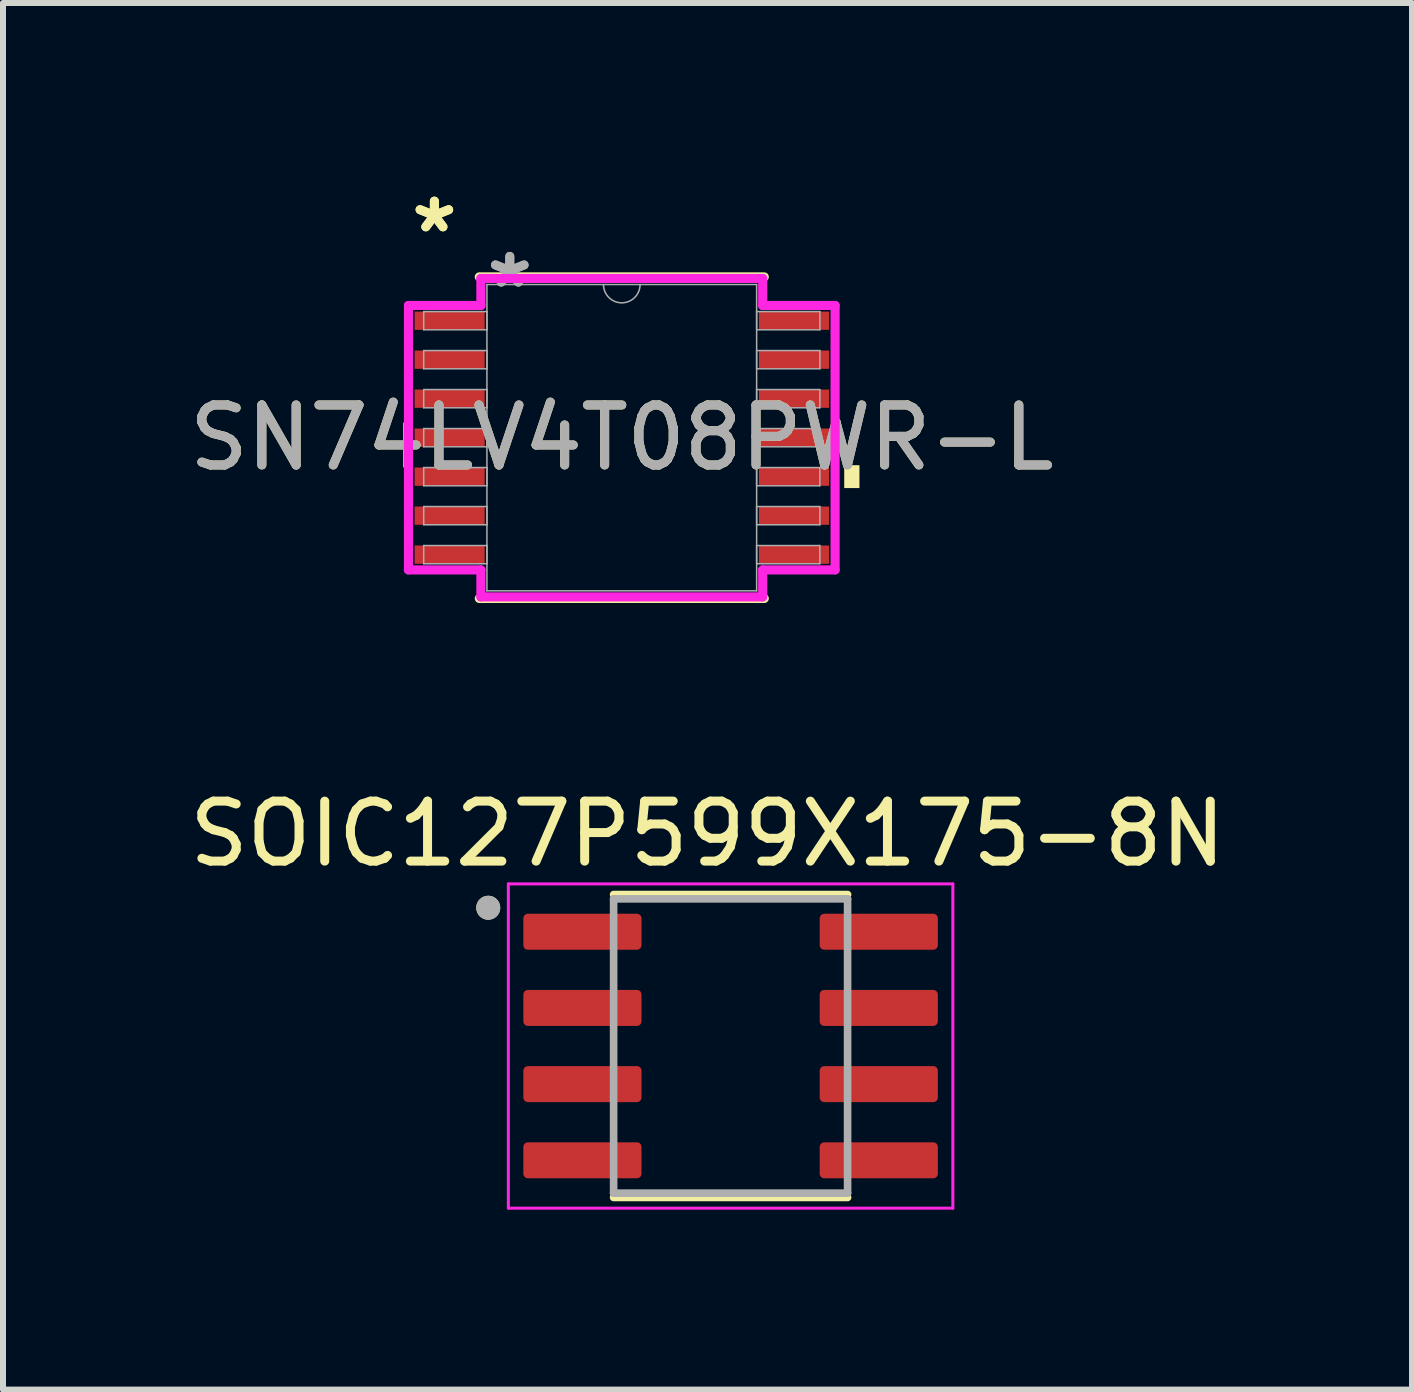
<source format=kicad_pcb>
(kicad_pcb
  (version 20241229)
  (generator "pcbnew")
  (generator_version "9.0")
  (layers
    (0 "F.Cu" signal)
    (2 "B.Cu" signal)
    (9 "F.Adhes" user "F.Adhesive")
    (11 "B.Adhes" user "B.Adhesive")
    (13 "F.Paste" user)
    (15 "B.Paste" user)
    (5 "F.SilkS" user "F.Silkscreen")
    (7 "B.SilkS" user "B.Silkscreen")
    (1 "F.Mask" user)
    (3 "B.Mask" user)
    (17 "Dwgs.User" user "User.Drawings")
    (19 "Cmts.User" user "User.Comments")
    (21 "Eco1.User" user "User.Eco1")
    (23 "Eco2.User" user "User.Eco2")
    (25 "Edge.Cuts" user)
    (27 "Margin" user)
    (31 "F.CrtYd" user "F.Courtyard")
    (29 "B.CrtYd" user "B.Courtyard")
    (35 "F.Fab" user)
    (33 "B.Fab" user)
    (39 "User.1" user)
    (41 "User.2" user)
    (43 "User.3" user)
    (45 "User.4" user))
  (footprint "SOIC127P599X175-8N"
    (layer "F.Cu")
    (at 9.129 14.387)
    (property "Reference" "SOIC127P599X175-8N" (at -0.385 -3.537 0) (layer "F.SilkS") (effects (font (size 1 1) (thickness 0.15))))
    (attr smd)
    (fp_line (start -1.95 -2.525) (end 1.95 -2.525) (stroke (width 0.127) (type solid)) (layer "F.SilkS"))
    (fp_line (start -1.95 2.525) (end 1.95 2.525) (stroke (width 0.127) (type solid)) (layer "F.SilkS"))
    (fp_circle (center -4.04 -2.305) (end -3.94 -2.305) (stroke (width 0.2) (type solid)) (fill no) (layer "F.SilkS"))
    (fp_line (start -3.705 -2.703) (end -3.705 2.703) (stroke (width 0.05) (type solid)) (layer "F.CrtYd"))
    (fp_line (start -3.705 -2.703) (end 3.705 -2.703) (stroke (width 0.05) (type solid)) (layer "F.CrtYd"))
    (fp_line (start -3.705 2.703) (end 3.705 2.703) (stroke (width 0.05) (type solid)) (layer "F.CrtYd"))
    (fp_line (start 3.705 -2.703) (end 3.705 2.703) (stroke (width 0.05) (type solid)) (layer "F.CrtYd"))
    (fp_line (start -1.95 -2.453) (end -1.95 2.453) (stroke (width 0.127) (type solid)) (layer "F.Fab"))
    (fp_line (start -1.95 -2.453) (end 1.95 -2.453) (stroke (width 0.127) (type solid)) (layer "F.Fab"))
    (fp_line (start -1.95 2.453) (end 1.95 2.453) (stroke (width 0.127) (type solid)) (layer "F.Fab"))
    (fp_line (start 1.95 -2.453) (end 1.95 2.453) (stroke (width 0.127) (type solid)) (layer "F.Fab"))
    (fp_circle (center -4.04 -2.305) (end -3.94 -2.305) (stroke (width 0.2) (type solid)) (fill no) (layer "F.Fab"))
    (pad "1" smd roundrect (at -2.47 -1.905) (size 1.97 0.6) (layers "F.Cu" "F.Mask" "F.Paste") (roundrect_rratio 0.125))
    (pad "2" smd roundrect (at -2.47 -0.635) (size 1.97 0.6) (layers "F.Cu" "F.Mask" "F.Paste") (roundrect_rratio 0.125))
    (pad "3" smd roundrect (at -2.47 0.635) (size 1.97 0.6) (layers "F.Cu" "F.Mask" "F.Paste") (roundrect_rratio 0.125))
    (pad "4" smd roundrect (at -2.47 1.905) (size 1.97 0.6) (layers "F.Cu" "F.Mask" "F.Paste") (roundrect_rratio 0.125))
    (pad "5" smd roundrect (at 2.47 1.905) (size 1.97 0.6) (layers "F.Cu" "F.Mask" "F.Paste") (roundrect_rratio 0.125))
    (pad "6" smd roundrect (at 2.47 0.635) (size 1.97 0.6) (layers "F.Cu" "F.Mask" "F.Paste") (roundrect_rratio 0.125))
    (pad "7" smd roundrect (at 2.47 -0.635) (size 1.97 0.6) (layers "F.Cu" "F.Mask" "F.Paste") (roundrect_rratio 0.125))
    (pad "8" smd roundrect (at 2.47 -1.905) (size 1.97 0.6) (layers "F.Cu" "F.Mask" "F.Paste") (roundrect_rratio 0.125)))
  (footprint "SN74LV4T08PWR-L"
    (layer "F.Cu")
    (at 7.315 4.246)
    (property "Reference" "SN74LV4T08PWR-L" (at 0 0 0) (unlocked yes) (layer "F.SilkS") (effects (font (size 1 1) (thickness 0.15))))
    (attr smd)
    (fp_line (start -2.375 2.68) (end 2.375 2.68) (stroke (width 0.152) (type solid)) (layer "F.SilkS"))
    (fp_line (start 2.375 -2.68) (end -2.375 -2.68) (stroke (width 0.152) (type solid)) (layer "F.SilkS"))
    (fp_poly (pts (xy 3.962 0.459) (xy 3.962 0.84) (xy 3.708 0.84) (xy 3.708 0.459)) (stroke (width 0) (type solid)) (fill yes) (layer "F.SilkS"))
    (fp_line (start -3.556 -2.204) (end -2.349 -2.204) (stroke (width 0.152) (type solid)) (layer "F.CrtYd"))
    (fp_line (start -3.556 2.204) (end -3.556 -2.204) (stroke (width 0.152) (type solid)) (layer "F.CrtYd"))
    (fp_line (start -3.556 2.204) (end -2.349 2.204) (stroke (width 0.152) (type solid)) (layer "F.CrtYd"))
    (fp_line (start -2.349 -2.654) (end 2.349 -2.654) (stroke (width 0.152) (type solid)) (layer "F.CrtYd"))
    (fp_line (start -2.349 -2.204) (end -2.349 -2.654) (stroke (width 0.152) (type solid)) (layer "F.CrtYd"))
    (fp_line (start -2.349 2.654) (end -2.349 2.204) (stroke (width 0.152) (type solid)) (layer "F.CrtYd"))
    (fp_line (start 2.349 -2.654) (end 2.349 -2.204) (stroke (width 0.152) (type solid)) (layer "F.CrtYd"))
    (fp_line (start 2.349 2.204) (end 2.349 2.654) (stroke (width 0.152) (type solid)) (layer "F.CrtYd"))
    (fp_line (start 2.349 2.654) (end -2.349 2.654) (stroke (width 0.152) (type solid)) (layer "F.CrtYd"))
    (fp_line (start 3.556 -2.204) (end 2.349 -2.204) (stroke (width 0.152) (type solid)) (layer "F.CrtYd"))
    (fp_line (start 3.556 -2.204) (end 3.556 2.204) (stroke (width 0.152) (type solid)) (layer "F.CrtYd"))
    (fp_line (start 3.556 2.204) (end 2.349 2.204) (stroke (width 0.152) (type solid)) (layer "F.CrtYd"))
    (fp_line (start -3.302 -2.102) (end -3.302 -1.798) (stroke (width 0.025) (type solid)) (layer "F.Fab"))
    (fp_line (start -3.302 -1.798) (end -2.248 -1.798) (stroke (width 0.025) (type solid)) (layer "F.Fab"))
    (fp_line (start -3.302 -1.452) (end -3.302 -1.148) (stroke (width 0.025) (type solid)) (layer "F.Fab"))
    (fp_line (start -3.302 -1.148) (end -2.248 -1.148) (stroke (width 0.025) (type solid)) (layer "F.Fab"))
    (fp_line (start -3.302 -0.802) (end -3.302 -0.498) (stroke (width 0.025) (type solid)) (layer "F.Fab"))
    (fp_line (start -3.302 -0.498) (end -2.248 -0.498) (stroke (width 0.025) (type solid)) (layer "F.Fab"))
    (fp_line (start -3.302 -0.152) (end -3.302 0.152) (stroke (width 0.025) (type solid)) (layer "F.Fab"))
    (fp_line (start -3.302 0.152) (end -2.248 0.152) (stroke (width 0.025) (type solid)) (layer "F.Fab"))
    (fp_line (start -3.302 0.498) (end -3.302 0.802) (stroke (width 0.025) (type solid)) (layer "F.Fab"))
    (fp_line (start -3.302 0.802) (end -2.248 0.802) (stroke (width 0.025) (type solid)) (layer "F.Fab"))
    (fp_line (start -3.302 1.148) (end -3.302 1.452) (stroke (width 0.025) (type solid)) (layer "F.Fab"))
    (fp_line (start -3.302 1.452) (end -2.248 1.452) (stroke (width 0.025) (type solid)) (layer "F.Fab"))
    (fp_line (start -3.302 1.798) (end -3.302 2.102) (stroke (width 0.025) (type solid)) (layer "F.Fab"))
    (fp_line (start -3.302 2.102) (end -2.248 2.102) (stroke (width 0.025) (type solid)) (layer "F.Fab"))
    (fp_line (start -2.248 -2.553) (end -2.248 2.553) (stroke (width 0.025) (type solid)) (layer "F.Fab"))
    (fp_line (start -2.248 -2.102) (end -3.302 -2.102) (stroke (width 0.025) (type solid)) (layer "F.Fab"))
    (fp_line (start -2.248 -1.798) (end -2.248 -2.102) (stroke (width 0.025) (type solid)) (layer "F.Fab"))
    (fp_line (start -2.248 -1.452) (end -3.302 -1.452) (stroke (width 0.025) (type solid)) (layer "F.Fab"))
    (fp_line (start -2.248 -1.148) (end -2.248 -1.452) (stroke (width 0.025) (type solid)) (layer "F.Fab"))
    (fp_line (start -2.248 -0.802) (end -3.302 -0.802) (stroke (width 0.025) (type solid)) (layer "F.Fab"))
    (fp_line (start -2.248 -0.498) (end -2.248 -0.802) (stroke (width 0.025) (type solid)) (layer "F.Fab"))
    (fp_line (start -2.248 -0.152) (end -3.302 -0.152) (stroke (width 0.025) (type solid)) (layer "F.Fab"))
    (fp_line (start -2.248 0.152) (end -2.248 -0.152) (stroke (width 0.025) (type solid)) (layer "F.Fab"))
    (fp_line (start -2.248 0.498) (end -3.302 0.498) (stroke (width 0.025) (type solid)) (layer "F.Fab"))
    (fp_line (start -2.248 0.802) (end -2.248 0.498) (stroke (width 0.025) (type solid)) (layer "F.Fab"))
    (fp_line (start -2.248 1.148) (end -3.302 1.148) (stroke (width 0.025) (type solid)) (layer "F.Fab"))
    (fp_line (start -2.248 1.452) (end -2.248 1.148) (stroke (width 0.025) (type solid)) (layer "F.Fab"))
    (fp_line (start -2.248 1.798) (end -3.302 1.798) (stroke (width 0.025) (type solid)) (layer "F.Fab"))
    (fp_line (start -2.248 2.102) (end -2.248 1.798) (stroke (width 0.025) (type solid)) (layer "F.Fab"))
    (fp_line (start -2.248 2.553) (end 2.248 2.553) (stroke (width 0.025) (type solid)) (layer "F.Fab"))
    (fp_line (start 2.248 -2.553) (end -2.248 -2.553) (stroke (width 0.025) (type solid)) (layer "F.Fab"))
    (fp_line (start 2.248 -2.102) (end 2.248 -1.798) (stroke (width 0.025) (type solid)) (layer "F.Fab"))
    (fp_line (start 2.248 -1.798) (end 3.302 -1.798) (stroke (width 0.025) (type solid)) (layer "F.Fab"))
    (fp_line (start 2.248 -1.452) (end 2.248 -1.148) (stroke (width 0.025) (type solid)) (layer "F.Fab"))
    (fp_line (start 2.248 -1.148) (end 3.302 -1.148) (stroke (width 0.025) (type solid)) (layer "F.Fab"))
    (fp_line (start 2.248 -0.802) (end 2.248 -0.498) (stroke (width 0.025) (type solid)) (layer "F.Fab"))
    (fp_line (start 2.248 -0.498) (end 3.302 -0.498) (stroke (width 0.025) (type solid)) (layer "F.Fab"))
    (fp_line (start 2.248 -0.152) (end 2.248 0.152) (stroke (width 0.025) (type solid)) (layer "F.Fab"))
    (fp_line (start 2.248 0.152) (end 3.302 0.152) (stroke (width 0.025) (type solid)) (layer "F.Fab"))
    (fp_line (start 2.248 0.498) (end 2.248 0.802) (stroke (width 0.025) (type solid)) (layer "F.Fab"))
    (fp_line (start 2.248 0.802) (end 3.302 0.802) (stroke (width 0.025) (type solid)) (layer "F.Fab"))
    (fp_line (start 2.248 1.148) (end 2.248 1.452) (stroke (width 0.025) (type solid)) (layer "F.Fab"))
    (fp_line (start 2.248 1.452) (end 3.302 1.452) (stroke (width 0.025) (type solid)) (layer "F.Fab"))
    (fp_line (start 2.248 1.798) (end 2.248 2.102) (stroke (width 0.025) (type solid)) (layer "F.Fab"))
    (fp_line (start 2.248 2.102) (end 3.302 2.102) (stroke (width 0.025) (type solid)) (layer "F.Fab"))
    (fp_line (start 2.248 2.553) (end 2.248 -2.553) (stroke (width 0.025) (type solid)) (layer "F.Fab"))
    (fp_line (start 3.302 -2.102) (end 2.248 -2.102) (stroke (width 0.025) (type solid)) (layer "F.Fab"))
    (fp_line (start 3.302 -1.798) (end 3.302 -2.102) (stroke (width 0.025) (type solid)) (layer "F.Fab"))
    (fp_line (start 3.302 -1.452) (end 2.248 -1.452) (stroke (width 0.025) (type solid)) (layer "F.Fab"))
    (fp_line (start 3.302 -1.148) (end 3.302 -1.452) (stroke (width 0.025) (type solid)) (layer "F.Fab"))
    (fp_line (start 3.302 -0.802) (end 2.248 -0.802) (stroke (width 0.025) (type solid)) (layer "F.Fab"))
    (fp_line (start 3.302 -0.498) (end 3.302 -0.802) (stroke (width 0.025) (type solid)) (layer "F.Fab"))
    (fp_line (start 3.302 -0.152) (end 2.248 -0.152) (stroke (width 0.025) (type solid)) (layer "F.Fab"))
    (fp_line (start 3.302 0.152) (end 3.302 -0.152) (stroke (width 0.025) (type solid)) (layer "F.Fab"))
    (fp_line (start 3.302 0.498) (end 2.248 0.498) (stroke (width 0.025) (type solid)) (layer "F.Fab"))
    (fp_line (start 3.302 0.802) (end 3.302 0.498) (stroke (width 0.025) (type solid)) (layer "F.Fab"))
    (fp_line (start 3.302 1.148) (end 2.248 1.148) (stroke (width 0.025) (type solid)) (layer "F.Fab"))
    (fp_line (start 3.302 1.452) (end 3.302 1.148) (stroke (width 0.025) (type solid)) (layer "F.Fab"))
    (fp_line (start 3.302 1.798) (end 2.248 1.798) (stroke (width 0.025) (type solid)) (layer "F.Fab"))
    (fp_line (start 3.302 2.102) (end 3.302 1.798) (stroke (width 0.025) (type solid)) (layer "F.Fab"))
    (fp_arc (start 0.3048 -2.5527) (mid 0 -2.2479) (end -0.3048 -2.5527) (stroke (width 0.0254) (type solid)) (layer "F.Fab"))
    (fp_text user "*" (at -3.124 -3.398 0) (layer "F.SilkS") (effects (font (size 1 1) (thickness 0.15))))
    (fp_text user "*" (at -3.124 -3.398 0) (unlocked yes) (layer "F.SilkS") (effects (font (size 1 1) (thickness 0.15))))
    (fp_text user "*" (at -1.867 -2.477 0) (layer "F.Fab") (effects (font (size 1 1) (thickness 0.15))))
    (fp_text user "${REFERENCE}" (at 0 0 0) (unlocked yes) (layer "F.Fab") (effects (font (size 1 1) (thickness 0.15))))
    (fp_text user "*" (at -1.867 -2.477 0) (unlocked yes) (layer "F.Fab") (effects (font (size 1 1) (thickness 0.15))))
    (pad "1" smd rect (at -2.87 -1.95) (size 1.168 0.305) (layers "F.Cu" "F.Mask" "F.Paste"))
    (pad "2" smd rect (at -2.87 -1.3) (size 1.168 0.305) (layers "F.Cu" "F.Mask" "F.Paste"))
    (pad "3" smd rect (at -2.87 -0.65) (size 1.168 0.305) (layers "F.Cu" "F.Mask" "F.Paste"))
    (pad "4" smd rect (at -2.87 0) (size 1.168 0.305) (layers "F.Cu" "F.Mask" "F.Paste"))
    (pad "5" smd rect (at -2.87 0.65) (size 1.168 0.305) (layers "F.Cu" "F.Mask" "F.Paste"))
    (pad "6" smd rect (at -2.87 1.3) (size 1.168 0.305) (layers "F.Cu" "F.Mask" "F.Paste"))
    (pad "7" smd rect (at -2.87 1.95) (size 1.168 0.305) (layers "F.Cu" "F.Mask" "F.Paste"))
    (pad "8" smd rect (at 2.87 1.95) (size 1.168 0.305) (layers "F.Cu" "F.Mask" "F.Paste"))
    (pad "9" smd rect (at 2.87 1.3) (size 1.168 0.305) (layers "F.Cu" "F.Mask" "F.Paste"))
    (pad "10" smd rect (at 2.87 0.65) (size 1.168 0.305) (layers "F.Cu" "F.Mask" "F.Paste"))
    (pad "11" smd rect (at 2.87 0) (size 1.168 0.305) (layers "F.Cu" "F.Mask" "F.Paste"))
    (pad "12" smd rect (at 2.87 -0.65) (size 1.168 0.305) (layers "F.Cu" "F.Mask" "F.Paste"))
    (pad "13" smd rect (at 2.87 -1.3) (size 1.168 0.305) (layers "F.Cu" "F.Mask" "F.Paste"))
    (pad "14" smd rect (at 2.87 -1.95) (size 1.168 0.305) (layers "F.Cu" "F.Mask" "F.Paste")))
  (gr_rect
    (start -3 -3)
    (end 20.488 20.115)
    (stroke (width 0.1) (type default))
    (fill no)
    (layer "Edge.Cuts")))
</source>
